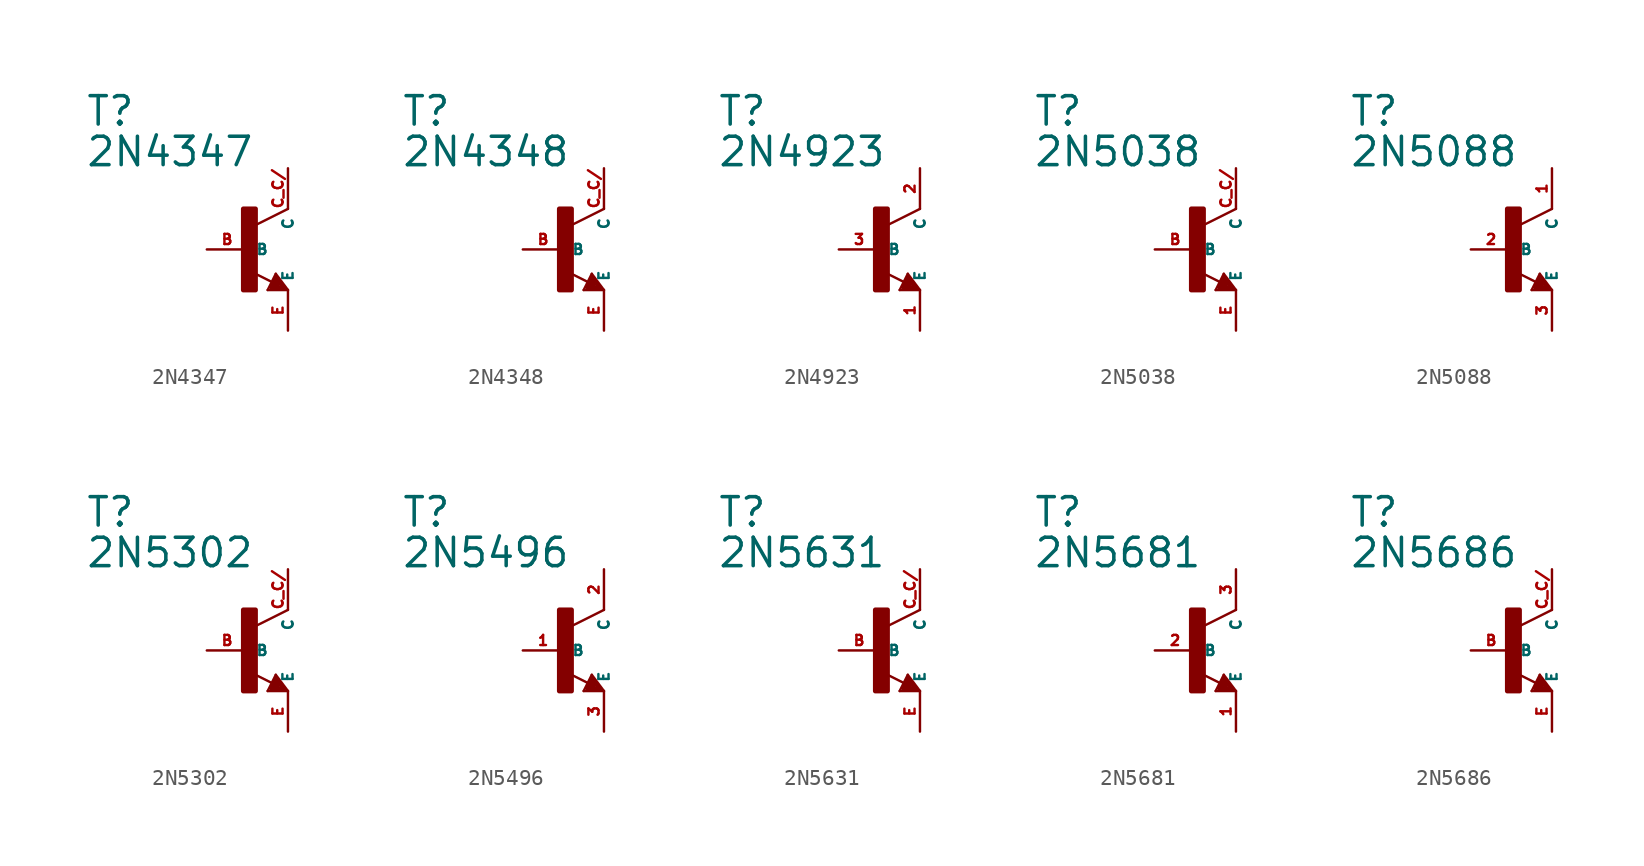
<source format=kicad_sym>
(kicad_symbol_lib
  (version 20220914)
  (generator Eagle2Kicad)
  (symbol "2N4347"
    (property "Reference" "T"
      (at -10.16 7.62 0)
      (effects (font (size 1.778 1.778) (thickness 0.22)) (justify left bottom)))
    (property "Value" "2N4347"
      (at -10.16 5.08 0)
      (effects (font (size 1.778 1.778) (thickness 0.22)) (justify left bottom)))
    (polyline
      (pts (xy 2.54 2.54) (xy 0.508 1.524))
      (stroke (width 0.152) (type default))
      (fill (type none)))
    (polyline
      (pts (xy 1.778 -1.524) (xy 2.54 -2.54))
      (stroke (width 0.152) (type default))
      (fill (type none)))
    (polyline
      (pts (xy 2.54 -2.54) (xy 1.27 -2.54))
      (stroke (width 0.152) (type default))
      (fill (type none)))
    (polyline
      (pts (xy 1.27 -2.54) (xy 1.778 -1.524))
      (stroke (width 0.152) (type default))
      (fill (type none)))
    (polyline
      (pts (xy 1.54 -2.04) (xy 0.308 -1.424))
      (stroke (width 0.152) (type default))
      (fill (type none)))
    (polyline
      (pts (xy 1.524 -2.413) (xy 2.286 -2.413))
      (stroke (width 0.254) (type default))
      (fill (type none)))
    (polyline
      (pts (xy 2.286 -2.413) (xy 1.778 -1.778))
      (stroke (width 0.254) (type default))
      (fill (type none)))
    (polyline
      (pts (xy 1.778 -1.778) (xy 1.524 -2.286))
      (stroke (width 0.254) (type default))
      (fill (type none)))
    (polyline
      (pts (xy 1.524 -2.286) (xy 1.905 -2.286))
      (stroke (width 0.254) (type default))
      (fill (type none)))
    (polyline
      (pts (xy 1.905 -2.286) (xy 1.778 -2.032))
      (stroke (width 0.254) (type default))
      (fill (type none)))
    (rectangle
      (start -0.254 -2.54)
      (end 0.508 2.54)
      (stroke (width 0.3) (type default))
      (fill (type outline)))
    (pin passive line
      (at -2.54 0 0)
      (length 2.54)
      (name "B" (effects (font (size 0.635 0.635) (thickness 0.08)) (justify left bottom)))
      (number "B" (effects (font (size 0.635 0.635) (thickness 0.08)) (justify left bottom))))
    (pin passive line
      (at 2.54 -5.08 90)
      (length 2.54)
      (name "E" (effects (font (size 0.635 0.635) (thickness 0.08)) (justify left bottom)))
      (number "E" (effects (font (size 0.635 0.635) (thickness 0.08)) (justify left bottom))))
    (pin passive line
      (at 2.54 5.08 270)
      (length 2.54)
      (name "C" (effects (font (size 0.635 0.635) (thickness 0.08)) (justify left bottom)))
      (number "C C/" (effects (font (size 0.635 0.635) (thickness 0.08)) (justify left bottom)))))
  (symbol "2N4348"
    (property "Reference" "T"
      (at -10.16 7.62 0)
      (effects (font (size 1.778 1.778) (thickness 0.22)) (justify left bottom)))
    (property "Value" "2N4348"
      (at -10.16 5.08 0)
      (effects (font (size 1.778 1.778) (thickness 0.22)) (justify left bottom)))
    (polyline
      (pts (xy 2.54 2.54) (xy 0.508 1.524))
      (stroke (width 0.152) (type default))
      (fill (type none)))
    (polyline
      (pts (xy 1.778 -1.524) (xy 2.54 -2.54))
      (stroke (width 0.152) (type default))
      (fill (type none)))
    (polyline
      (pts (xy 2.54 -2.54) (xy 1.27 -2.54))
      (stroke (width 0.152) (type default))
      (fill (type none)))
    (polyline
      (pts (xy 1.27 -2.54) (xy 1.778 -1.524))
      (stroke (width 0.152) (type default))
      (fill (type none)))
    (polyline
      (pts (xy 1.54 -2.04) (xy 0.308 -1.424))
      (stroke (width 0.152) (type default))
      (fill (type none)))
    (polyline
      (pts (xy 1.524 -2.413) (xy 2.286 -2.413))
      (stroke (width 0.254) (type default))
      (fill (type none)))
    (polyline
      (pts (xy 2.286 -2.413) (xy 1.778 -1.778))
      (stroke (width 0.254) (type default))
      (fill (type none)))
    (polyline
      (pts (xy 1.778 -1.778) (xy 1.524 -2.286))
      (stroke (width 0.254) (type default))
      (fill (type none)))
    (polyline
      (pts (xy 1.524 -2.286) (xy 1.905 -2.286))
      (stroke (width 0.254) (type default))
      (fill (type none)))
    (polyline
      (pts (xy 1.905 -2.286) (xy 1.778 -2.032))
      (stroke (width 0.254) (type default))
      (fill (type none)))
    (rectangle
      (start -0.254 -2.54)
      (end 0.508 2.54)
      (stroke (width 0.3) (type default))
      (fill (type outline)))
    (pin passive line
      (at -2.54 0 0)
      (length 2.54)
      (name "B" (effects (font (size 0.635 0.635) (thickness 0.08)) (justify left bottom)))
      (number "B" (effects (font (size 0.635 0.635) (thickness 0.08)) (justify left bottom))))
    (pin passive line
      (at 2.54 -5.08 90)
      (length 2.54)
      (name "E" (effects (font (size 0.635 0.635) (thickness 0.08)) (justify left bottom)))
      (number "E" (effects (font (size 0.635 0.635) (thickness 0.08)) (justify left bottom))))
    (pin passive line
      (at 2.54 5.08 270)
      (length 2.54)
      (name "C" (effects (font (size 0.635 0.635) (thickness 0.08)) (justify left bottom)))
      (number "C C/" (effects (font (size 0.635 0.635) (thickness 0.08)) (justify left bottom)))))
  (symbol "2N4923"
    (property "Reference" "T"
      (at -10.16 7.62 0)
      (effects (font (size 1.778 1.778) (thickness 0.22)) (justify left bottom)))
    (property "Value" "2N4923"
      (at -10.16 5.08 0)
      (effects (font (size 1.778 1.778) (thickness 0.22)) (justify left bottom)))
    (polyline
      (pts (xy 2.54 2.54) (xy 0.508 1.524))
      (stroke (width 0.152) (type default))
      (fill (type none)))
    (polyline
      (pts (xy 1.778 -1.524) (xy 2.54 -2.54))
      (stroke (width 0.152) (type default))
      (fill (type none)))
    (polyline
      (pts (xy 2.54 -2.54) (xy 1.27 -2.54))
      (stroke (width 0.152) (type default))
      (fill (type none)))
    (polyline
      (pts (xy 1.27 -2.54) (xy 1.778 -1.524))
      (stroke (width 0.152) (type default))
      (fill (type none)))
    (polyline
      (pts (xy 1.54 -2.04) (xy 0.308 -1.424))
      (stroke (width 0.152) (type default))
      (fill (type none)))
    (polyline
      (pts (xy 1.524 -2.413) (xy 2.286 -2.413))
      (stroke (width 0.254) (type default))
      (fill (type none)))
    (polyline
      (pts (xy 2.286 -2.413) (xy 1.778 -1.778))
      (stroke (width 0.254) (type default))
      (fill (type none)))
    (polyline
      (pts (xy 1.778 -1.778) (xy 1.524 -2.286))
      (stroke (width 0.254) (type default))
      (fill (type none)))
    (polyline
      (pts (xy 1.524 -2.286) (xy 1.905 -2.286))
      (stroke (width 0.254) (type default))
      (fill (type none)))
    (polyline
      (pts (xy 1.905 -2.286) (xy 1.778 -2.032))
      (stroke (width 0.254) (type default))
      (fill (type none)))
    (rectangle
      (start -0.254 -2.54)
      (end 0.508 2.54)
      (stroke (width 0.3) (type default))
      (fill (type outline)))
    (pin passive line
      (at -2.54 0 0)
      (length 2.54)
      (name "B" (effects (font (size 0.635 0.635) (thickness 0.08)) (justify left bottom)))
      (number "3" (effects (font (size 0.635 0.635) (thickness 0.08)) (justify left bottom))))
    (pin passive line
      (at 2.54 -5.08 90)
      (length 2.54)
      (name "E" (effects (font (size 0.635 0.635) (thickness 0.08)) (justify left bottom)))
      (number "1" (effects (font (size 0.635 0.635) (thickness 0.08)) (justify left bottom))))
    (pin passive line
      (at 2.54 5.08 270)
      (length 2.54)
      (name "C" (effects (font (size 0.635 0.635) (thickness 0.08)) (justify left bottom)))
      (number "2" (effects (font (size 0.635 0.635) (thickness 0.08)) (justify left bottom)))))
  (symbol "2N5038"
    (property "Reference" "T"
      (at -10.16 7.62 0)
      (effects (font (size 1.778 1.778) (thickness 0.22)) (justify left bottom)))
    (property "Value" "2N5038"
      (at -10.16 5.08 0)
      (effects (font (size 1.778 1.778) (thickness 0.22)) (justify left bottom)))
    (polyline
      (pts (xy 2.54 2.54) (xy 0.508 1.524))
      (stroke (width 0.152) (type default))
      (fill (type none)))
    (polyline
      (pts (xy 1.778 -1.524) (xy 2.54 -2.54))
      (stroke (width 0.152) (type default))
      (fill (type none)))
    (polyline
      (pts (xy 2.54 -2.54) (xy 1.27 -2.54))
      (stroke (width 0.152) (type default))
      (fill (type none)))
    (polyline
      (pts (xy 1.27 -2.54) (xy 1.778 -1.524))
      (stroke (width 0.152) (type default))
      (fill (type none)))
    (polyline
      (pts (xy 1.54 -2.04) (xy 0.308 -1.424))
      (stroke (width 0.152) (type default))
      (fill (type none)))
    (polyline
      (pts (xy 1.524 -2.413) (xy 2.286 -2.413))
      (stroke (width 0.254) (type default))
      (fill (type none)))
    (polyline
      (pts (xy 2.286 -2.413) (xy 1.778 -1.778))
      (stroke (width 0.254) (type default))
      (fill (type none)))
    (polyline
      (pts (xy 1.778 -1.778) (xy 1.524 -2.286))
      (stroke (width 0.254) (type default))
      (fill (type none)))
    (polyline
      (pts (xy 1.524 -2.286) (xy 1.905 -2.286))
      (stroke (width 0.254) (type default))
      (fill (type none)))
    (polyline
      (pts (xy 1.905 -2.286) (xy 1.778 -2.032))
      (stroke (width 0.254) (type default))
      (fill (type none)))
    (rectangle
      (start -0.254 -2.54)
      (end 0.508 2.54)
      (stroke (width 0.3) (type default))
      (fill (type outline)))
    (pin passive line
      (at -2.54 0 0)
      (length 2.54)
      (name "B" (effects (font (size 0.635 0.635) (thickness 0.08)) (justify left bottom)))
      (number "B" (effects (font (size 0.635 0.635) (thickness 0.08)) (justify left bottom))))
    (pin passive line
      (at 2.54 -5.08 90)
      (length 2.54)
      (name "E" (effects (font (size 0.635 0.635) (thickness 0.08)) (justify left bottom)))
      (number "E" (effects (font (size 0.635 0.635) (thickness 0.08)) (justify left bottom))))
    (pin passive line
      (at 2.54 5.08 270)
      (length 2.54)
      (name "C" (effects (font (size 0.635 0.635) (thickness 0.08)) (justify left bottom)))
      (number "C C/" (effects (font (size 0.635 0.635) (thickness 0.08)) (justify left bottom)))))
  (symbol "2N5088"
    (property "Reference" "T"
      (at -10.16 7.62 0)
      (effects (font (size 1.778 1.778) (thickness 0.22)) (justify left bottom)))
    (property "Value" "2N5088"
      (at -10.16 5.08 0)
      (effects (font (size 1.778 1.778) (thickness 0.22)) (justify left bottom)))
    (polyline
      (pts (xy 2.54 2.54) (xy 0.508 1.524))
      (stroke (width 0.152) (type default))
      (fill (type none)))
    (polyline
      (pts (xy 1.778 -1.524) (xy 2.54 -2.54))
      (stroke (width 0.152) (type default))
      (fill (type none)))
    (polyline
      (pts (xy 2.54 -2.54) (xy 1.27 -2.54))
      (stroke (width 0.152) (type default))
      (fill (type none)))
    (polyline
      (pts (xy 1.27 -2.54) (xy 1.778 -1.524))
      (stroke (width 0.152) (type default))
      (fill (type none)))
    (polyline
      (pts (xy 1.54 -2.04) (xy 0.308 -1.424))
      (stroke (width 0.152) (type default))
      (fill (type none)))
    (polyline
      (pts (xy 1.524 -2.413) (xy 2.286 -2.413))
      (stroke (width 0.254) (type default))
      (fill (type none)))
    (polyline
      (pts (xy 2.286 -2.413) (xy 1.778 -1.778))
      (stroke (width 0.254) (type default))
      (fill (type none)))
    (polyline
      (pts (xy 1.778 -1.778) (xy 1.524 -2.286))
      (stroke (width 0.254) (type default))
      (fill (type none)))
    (polyline
      (pts (xy 1.524 -2.286) (xy 1.905 -2.286))
      (stroke (width 0.254) (type default))
      (fill (type none)))
    (polyline
      (pts (xy 1.905 -2.286) (xy 1.778 -2.032))
      (stroke (width 0.254) (type default))
      (fill (type none)))
    (rectangle
      (start -0.254 -2.54)
      (end 0.508 2.54)
      (stroke (width 0.3) (type default))
      (fill (type outline)))
    (pin passive line
      (at -2.54 0 0)
      (length 2.54)
      (name "B" (effects (font (size 0.635 0.635) (thickness 0.08)) (justify left bottom)))
      (number "2" (effects (font (size 0.635 0.635) (thickness 0.08)) (justify left bottom))))
    (pin passive line
      (at 2.54 -5.08 90)
      (length 2.54)
      (name "E" (effects (font (size 0.635 0.635) (thickness 0.08)) (justify left bottom)))
      (number "3" (effects (font (size 0.635 0.635) (thickness 0.08)) (justify left bottom))))
    (pin passive line
      (at 2.54 5.08 270)
      (length 2.54)
      (name "C" (effects (font (size 0.635 0.635) (thickness 0.08)) (justify left bottom)))
      (number "1" (effects (font (size 0.635 0.635) (thickness 0.08)) (justify left bottom)))))
  (symbol "2N5302"
    (property "Reference" "T"
      (at -10.16 7.62 0)
      (effects (font (size 1.778 1.778) (thickness 0.22)) (justify left bottom)))
    (property "Value" "2N5302"
      (at -10.16 5.08 0)
      (effects (font (size 1.778 1.778) (thickness 0.22)) (justify left bottom)))
    (polyline
      (pts (xy 2.54 2.54) (xy 0.508 1.524))
      (stroke (width 0.152) (type default))
      (fill (type none)))
    (polyline
      (pts (xy 1.778 -1.524) (xy 2.54 -2.54))
      (stroke (width 0.152) (type default))
      (fill (type none)))
    (polyline
      (pts (xy 2.54 -2.54) (xy 1.27 -2.54))
      (stroke (width 0.152) (type default))
      (fill (type none)))
    (polyline
      (pts (xy 1.27 -2.54) (xy 1.778 -1.524))
      (stroke (width 0.152) (type default))
      (fill (type none)))
    (polyline
      (pts (xy 1.54 -2.04) (xy 0.308 -1.424))
      (stroke (width 0.152) (type default))
      (fill (type none)))
    (polyline
      (pts (xy 1.524 -2.413) (xy 2.286 -2.413))
      (stroke (width 0.254) (type default))
      (fill (type none)))
    (polyline
      (pts (xy 2.286 -2.413) (xy 1.778 -1.778))
      (stroke (width 0.254) (type default))
      (fill (type none)))
    (polyline
      (pts (xy 1.778 -1.778) (xy 1.524 -2.286))
      (stroke (width 0.254) (type default))
      (fill (type none)))
    (polyline
      (pts (xy 1.524 -2.286) (xy 1.905 -2.286))
      (stroke (width 0.254) (type default))
      (fill (type none)))
    (polyline
      (pts (xy 1.905 -2.286) (xy 1.778 -2.032))
      (stroke (width 0.254) (type default))
      (fill (type none)))
    (rectangle
      (start -0.254 -2.54)
      (end 0.508 2.54)
      (stroke (width 0.3) (type default))
      (fill (type outline)))
    (pin passive line
      (at -2.54 0 0)
      (length 2.54)
      (name "B" (effects (font (size 0.635 0.635) (thickness 0.08)) (justify left bottom)))
      (number "B" (effects (font (size 0.635 0.635) (thickness 0.08)) (justify left bottom))))
    (pin passive line
      (at 2.54 -5.08 90)
      (length 2.54)
      (name "E" (effects (font (size 0.635 0.635) (thickness 0.08)) (justify left bottom)))
      (number "E" (effects (font (size 0.635 0.635) (thickness 0.08)) (justify left bottom))))
    (pin passive line
      (at 2.54 5.08 270)
      (length 2.54)
      (name "C" (effects (font (size 0.635 0.635) (thickness 0.08)) (justify left bottom)))
      (number "C C/" (effects (font (size 0.635 0.635) (thickness 0.08)) (justify left bottom)))))
  (symbol "2N5496"
    (property "Reference" "T"
      (at -10.16 7.62 0)
      (effects (font (size 1.778 1.778) (thickness 0.22)) (justify left bottom)))
    (property "Value" "2N5496"
      (at -10.16 5.08 0)
      (effects (font (size 1.778 1.778) (thickness 0.22)) (justify left bottom)))
    (polyline
      (pts (xy 2.54 2.54) (xy 0.508 1.524))
      (stroke (width 0.152) (type default))
      (fill (type none)))
    (polyline
      (pts (xy 1.778 -1.524) (xy 2.54 -2.54))
      (stroke (width 0.152) (type default))
      (fill (type none)))
    (polyline
      (pts (xy 2.54 -2.54) (xy 1.27 -2.54))
      (stroke (width 0.152) (type default))
      (fill (type none)))
    (polyline
      (pts (xy 1.27 -2.54) (xy 1.778 -1.524))
      (stroke (width 0.152) (type default))
      (fill (type none)))
    (polyline
      (pts (xy 1.54 -2.04) (xy 0.308 -1.424))
      (stroke (width 0.152) (type default))
      (fill (type none)))
    (polyline
      (pts (xy 1.524 -2.413) (xy 2.286 -2.413))
      (stroke (width 0.254) (type default))
      (fill (type none)))
    (polyline
      (pts (xy 2.286 -2.413) (xy 1.778 -1.778))
      (stroke (width 0.254) (type default))
      (fill (type none)))
    (polyline
      (pts (xy 1.778 -1.778) (xy 1.524 -2.286))
      (stroke (width 0.254) (type default))
      (fill (type none)))
    (polyline
      (pts (xy 1.524 -2.286) (xy 1.905 -2.286))
      (stroke (width 0.254) (type default))
      (fill (type none)))
    (polyline
      (pts (xy 1.905 -2.286) (xy 1.778 -2.032))
      (stroke (width 0.254) (type default))
      (fill (type none)))
    (rectangle
      (start -0.254 -2.54)
      (end 0.508 2.54)
      (stroke (width 0.3) (type default))
      (fill (type outline)))
    (pin passive line
      (at -2.54 0 0)
      (length 2.54)
      (name "B" (effects (font (size 0.635 0.635) (thickness 0.08)) (justify left bottom)))
      (number "1" (effects (font (size 0.635 0.635) (thickness 0.08)) (justify left bottom))))
    (pin passive line
      (at 2.54 -5.08 90)
      (length 2.54)
      (name "E" (effects (font (size 0.635 0.635) (thickness 0.08)) (justify left bottom)))
      (number "3" (effects (font (size 0.635 0.635) (thickness 0.08)) (justify left bottom))))
    (pin passive line
      (at 2.54 5.08 270)
      (length 2.54)
      (name "C" (effects (font (size 0.635 0.635) (thickness 0.08)) (justify left bottom)))
      (number "2" (effects (font (size 0.635 0.635) (thickness 0.08)) (justify left bottom)))))
  (symbol "2N5631"
    (property "Reference" "T"
      (at -10.16 7.62 0)
      (effects (font (size 1.778 1.778) (thickness 0.22)) (justify left bottom)))
    (property "Value" "2N5631"
      (at -10.16 5.08 0)
      (effects (font (size 1.778 1.778) (thickness 0.22)) (justify left bottom)))
    (polyline
      (pts (xy 2.54 2.54) (xy 0.508 1.524))
      (stroke (width 0.152) (type default))
      (fill (type none)))
    (polyline
      (pts (xy 1.778 -1.524) (xy 2.54 -2.54))
      (stroke (width 0.152) (type default))
      (fill (type none)))
    (polyline
      (pts (xy 2.54 -2.54) (xy 1.27 -2.54))
      (stroke (width 0.152) (type default))
      (fill (type none)))
    (polyline
      (pts (xy 1.27 -2.54) (xy 1.778 -1.524))
      (stroke (width 0.152) (type default))
      (fill (type none)))
    (polyline
      (pts (xy 1.54 -2.04) (xy 0.308 -1.424))
      (stroke (width 0.152) (type default))
      (fill (type none)))
    (polyline
      (pts (xy 1.524 -2.413) (xy 2.286 -2.413))
      (stroke (width 0.254) (type default))
      (fill (type none)))
    (polyline
      (pts (xy 2.286 -2.413) (xy 1.778 -1.778))
      (stroke (width 0.254) (type default))
      (fill (type none)))
    (polyline
      (pts (xy 1.778 -1.778) (xy 1.524 -2.286))
      (stroke (width 0.254) (type default))
      (fill (type none)))
    (polyline
      (pts (xy 1.524 -2.286) (xy 1.905 -2.286))
      (stroke (width 0.254) (type default))
      (fill (type none)))
    (polyline
      (pts (xy 1.905 -2.286) (xy 1.778 -2.032))
      (stroke (width 0.254) (type default))
      (fill (type none)))
    (rectangle
      (start -0.254 -2.54)
      (end 0.508 2.54)
      (stroke (width 0.3) (type default))
      (fill (type outline)))
    (pin passive line
      (at -2.54 0 0)
      (length 2.54)
      (name "B" (effects (font (size 0.635 0.635) (thickness 0.08)) (justify left bottom)))
      (number "B" (effects (font (size 0.635 0.635) (thickness 0.08)) (justify left bottom))))
    (pin passive line
      (at 2.54 -5.08 90)
      (length 2.54)
      (name "E" (effects (font (size 0.635 0.635) (thickness 0.08)) (justify left bottom)))
      (number "E" (effects (font (size 0.635 0.635) (thickness 0.08)) (justify left bottom))))
    (pin passive line
      (at 2.54 5.08 270)
      (length 2.54)
      (name "C" (effects (font (size 0.635 0.635) (thickness 0.08)) (justify left bottom)))
      (number "C C/" (effects (font (size 0.635 0.635) (thickness 0.08)) (justify left bottom)))))
  (symbol "2N5681"
    (property "Reference" "T"
      (at -10.16 7.62 0)
      (effects (font (size 1.778 1.778) (thickness 0.22)) (justify left bottom)))
    (property "Value" "2N5681"
      (at -10.16 5.08 0)
      (effects (font (size 1.778 1.778) (thickness 0.22)) (justify left bottom)))
    (polyline
      (pts (xy 2.54 2.54) (xy 0.508 1.524))
      (stroke (width 0.152) (type default))
      (fill (type none)))
    (polyline
      (pts (xy 1.778 -1.524) (xy 2.54 -2.54))
      (stroke (width 0.152) (type default))
      (fill (type none)))
    (polyline
      (pts (xy 2.54 -2.54) (xy 1.27 -2.54))
      (stroke (width 0.152) (type default))
      (fill (type none)))
    (polyline
      (pts (xy 1.27 -2.54) (xy 1.778 -1.524))
      (stroke (width 0.152) (type default))
      (fill (type none)))
    (polyline
      (pts (xy 1.54 -2.04) (xy 0.308 -1.424))
      (stroke (width 0.152) (type default))
      (fill (type none)))
    (polyline
      (pts (xy 1.524 -2.413) (xy 2.286 -2.413))
      (stroke (width 0.254) (type default))
      (fill (type none)))
    (polyline
      (pts (xy 2.286 -2.413) (xy 1.778 -1.778))
      (stroke (width 0.254) (type default))
      (fill (type none)))
    (polyline
      (pts (xy 1.778 -1.778) (xy 1.524 -2.286))
      (stroke (width 0.254) (type default))
      (fill (type none)))
    (polyline
      (pts (xy 1.524 -2.286) (xy 1.905 -2.286))
      (stroke (width 0.254) (type default))
      (fill (type none)))
    (polyline
      (pts (xy 1.905 -2.286) (xy 1.778 -2.032))
      (stroke (width 0.254) (type default))
      (fill (type none)))
    (rectangle
      (start -0.254 -2.54)
      (end 0.508 2.54)
      (stroke (width 0.3) (type default))
      (fill (type outline)))
    (pin passive line
      (at -2.54 0 0)
      (length 2.54)
      (name "B" (effects (font (size 0.635 0.635) (thickness 0.08)) (justify left bottom)))
      (number "2" (effects (font (size 0.635 0.635) (thickness 0.08)) (justify left bottom))))
    (pin passive line
      (at 2.54 -5.08 90)
      (length 2.54)
      (name "E" (effects (font (size 0.635 0.635) (thickness 0.08)) (justify left bottom)))
      (number "1" (effects (font (size 0.635 0.635) (thickness 0.08)) (justify left bottom))))
    (pin passive line
      (at 2.54 5.08 270)
      (length 2.54)
      (name "C" (effects (font (size 0.635 0.635) (thickness 0.08)) (justify left bottom)))
      (number "3" (effects (font (size 0.635 0.635) (thickness 0.08)) (justify left bottom)))))
  (symbol "2N5686"
    (property "Reference" "T"
      (at -10.16 7.62 0)
      (effects (font (size 1.778 1.778) (thickness 0.22)) (justify left bottom)))
    (property "Value" "2N5686"
      (at -10.16 5.08 0)
      (effects (font (size 1.778 1.778) (thickness 0.22)) (justify left bottom)))
    (polyline
      (pts (xy 2.54 2.54) (xy 0.508 1.524))
      (stroke (width 0.152) (type default))
      (fill (type none)))
    (polyline
      (pts (xy 1.778 -1.524) (xy 2.54 -2.54))
      (stroke (width 0.152) (type default))
      (fill (type none)))
    (polyline
      (pts (xy 2.54 -2.54) (xy 1.27 -2.54))
      (stroke (width 0.152) (type default))
      (fill (type none)))
    (polyline
      (pts (xy 1.27 -2.54) (xy 1.778 -1.524))
      (stroke (width 0.152) (type default))
      (fill (type none)))
    (polyline
      (pts (xy 1.54 -2.04) (xy 0.308 -1.424))
      (stroke (width 0.152) (type default))
      (fill (type none)))
    (polyline
      (pts (xy 1.524 -2.413) (xy 2.286 -2.413))
      (stroke (width 0.254) (type default))
      (fill (type none)))
    (polyline
      (pts (xy 2.286 -2.413) (xy 1.778 -1.778))
      (stroke (width 0.254) (type default))
      (fill (type none)))
    (polyline
      (pts (xy 1.778 -1.778) (xy 1.524 -2.286))
      (stroke (width 0.254) (type default))
      (fill (type none)))
    (polyline
      (pts (xy 1.524 -2.286) (xy 1.905 -2.286))
      (stroke (width 0.254) (type default))
      (fill (type none)))
    (polyline
      (pts (xy 1.905 -2.286) (xy 1.778 -2.032))
      (stroke (width 0.254) (type default))
      (fill (type none)))
    (rectangle
      (start -0.254 -2.54)
      (end 0.508 2.54)
      (stroke (width 0.3) (type default))
      (fill (type outline)))
    (pin passive line
      (at -2.54 0 0)
      (length 2.54)
      (name "B" (effects (font (size 0.635 0.635) (thickness 0.08)) (justify left bottom)))
      (number "B" (effects (font (size 0.635 0.635) (thickness 0.08)) (justify left bottom))))
    (pin passive line
      (at 2.54 -5.08 90)
      (length 2.54)
      (name "E" (effects (font (size 0.635 0.635) (thickness 0.08)) (justify left bottom)))
      (number "E" (effects (font (size 0.635 0.635) (thickness 0.08)) (justify left bottom))))
    (pin passive line
      (at 2.54 5.08 270)
      (length 2.54)
      (name "C" (effects (font (size 0.635 0.635) (thickness 0.08)) (justify left bottom)))
      (number "C C/" (effects (font (size 0.635 0.635) (thickness 0.08)) (justify left bottom))))))
</source>
